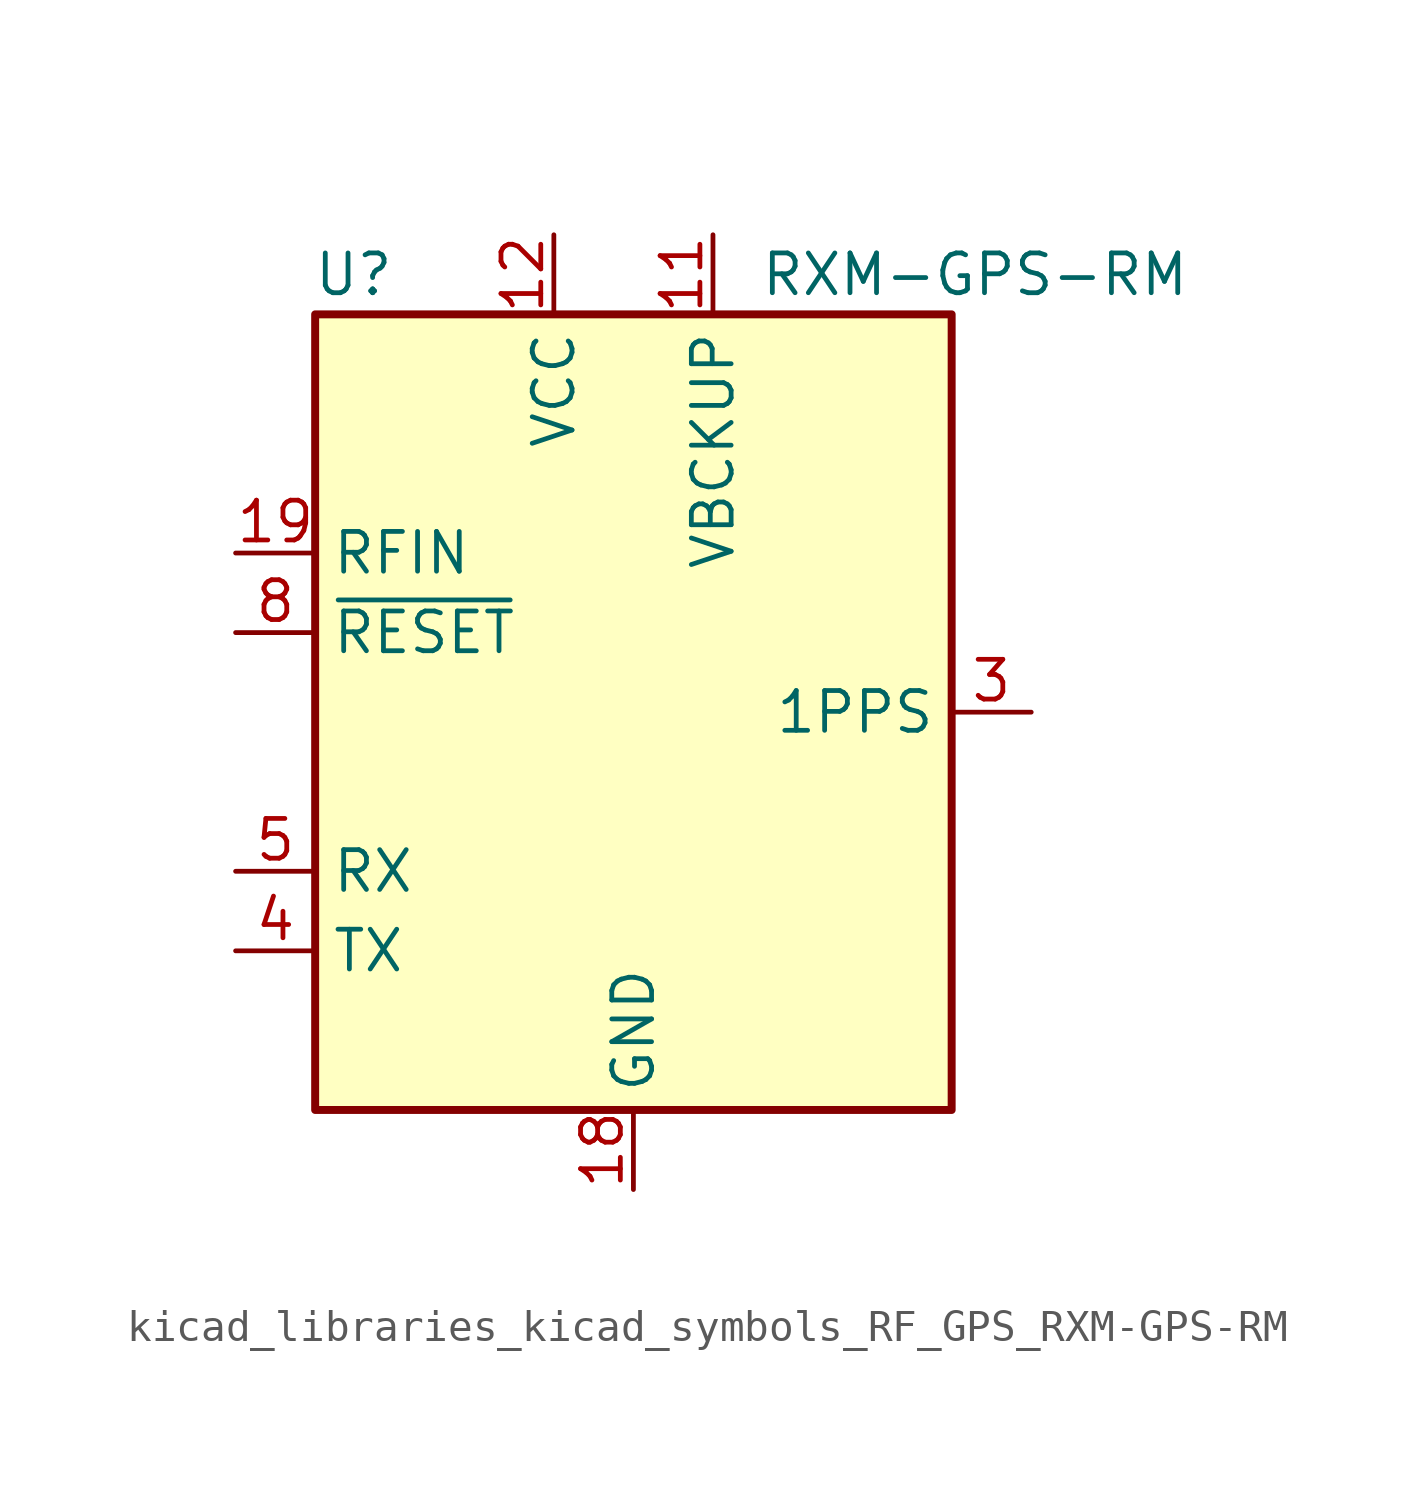
<source format=kicad_sym>
(kicad_symbol_lib
  (version 20220914)
  (generator kicad_symbol_editor)
  (symbol "kicad_libraries_kicad_symbols_RF_GPS_RXM-GPS-RM"
    (property "Reference" "U"
      (at -7.62 13.97 0)
      (effects (font (size 1.27 1.27)) (justify right)))
    (property "Value" "RXM-GPS-RM"
      (at 17.78 13.97 0)
      (effects (font (size 1.27 1.27)) (justify right)))
    (symbol "kicad_libraries_kicad_symbols_RF_GPS_RXM-GPS-RM_0_1"
      (rectangle (start 10.16 -12.7) (end -10.16 12.7) (stroke (width 0.254) (type default)) (fill (type background))))
    (symbol "kicad_libraries_kicad_symbols_RF_GPS_RXM-GPS-RM_1_1"
      (pin no_connect line (at -10.16 10.16 0) (length 2.54) hide (name "NC" (effects (font (size 1.27 1.27)))) (number "1" (effects (font (size 1.27 1.27)))))
      (pin no_connect line (at 10.16 10.16 180) (length 2.54) hide (name "NC" (effects (font (size 1.27 1.27)))) (number "10" (effects (font (size 1.27 1.27)))))
      (pin power_in line (at 2.54 15.24 270) (length 2.54) (name "VBCKUP" (effects (font (size 1.27 1.27)))) (number "11" (effects (font (size 1.27 1.27)))))
      (pin power_in line (at -2.54 15.24 270) (length 2.54) (name "VCC" (effects (font (size 1.27 1.27)))) (number "12" (effects (font (size 1.27 1.27)))))
      (pin no_connect line (at 10.16 7.62 180) (length 2.54) hide (name "NC" (effects (font (size 1.27 1.27)))) (number "13" (effects (font (size 1.27 1.27)))))
      (pin no_connect line (at 10.16 5.08 180) (length 2.54) hide (name "NC" (effects (font (size 1.27 1.27)))) (number "14" (effects (font (size 1.27 1.27)))))
      (pin no_connect line (at 10.16 2.54 180) (length 2.54) hide (name "NC" (effects (font (size 1.27 1.27)))) (number "15" (effects (font (size 1.27 1.27)))))
      (pin no_connect line (at 10.16 -2.54 180) (length 2.54) hide (name "NC" (effects (font (size 1.27 1.27)))) (number "16" (effects (font (size 1.27 1.27)))))
      (pin power_in line (at 0 -15.24 90) (length 2.54) (name "GND" (effects (font (size 1.27 1.27)))) (number "18" (effects (font (size 1.27 1.27)))))
      (pin input line (at -12.7 5.08 0) (length 2.54) (name "RFIN" (effects (font (size 1.27 1.27)))) (number "19" (effects (font (size 1.27 1.27)))))
      (pin no_connect line (at -10.16 7.62 0) (length 2.54) hide (name "NC" (effects (font (size 1.27 1.27)))) (number "2" (effects (font (size 1.27 1.27)))))
      (pin passive line (at 0 -15.24 90) (length 2.54) hide (name "GND" (effects (font (size 1.27 1.27)))) (number "20" (effects (font (size 1.27 1.27)))))
      (pin passive line (at 0 -15.24 90) (length 2.54) hide (name "GND" (effects (font (size 1.27 1.27)))) (number "21" (effects (font (size 1.27 1.27)))))
      (pin passive line (at 0 -15.24 90) (length 2.54) hide (name "GND" (effects (font (size 1.27 1.27)))) (number "22" (effects (font (size 1.27 1.27)))))
      (pin output line (at 12.7 0 180) (length 2.54) (name "1PPS" (effects (font (size 1.27 1.27)))) (number "3" (effects (font (size 1.27 1.27)))))
      (pin output line (at -12.7 -7.62 0) (length 2.54) (name "TX" (effects (font (size 1.27 1.27)))) (number "4" (effects (font (size 1.27 1.27)))))
      (pin input line (at -12.7 -5.08 0) (length 2.54) (name "RX" (effects (font (size 1.27 1.27)))) (number "5" (effects (font (size 1.27 1.27)))))
      (pin no_connect line (at -10.16 0 0) (length 2.54) hide (name "NC" (effects (font (size 1.27 1.27)))) (number "6" (effects (font (size 1.27 1.27)))))
      (pin no_connect line (at -10.16 -2.54 0) (length 2.54) hide (name "NC" (effects (font (size 1.27 1.27)))) (number "7" (effects (font (size 1.27 1.27)))))
      (pin input line (at -12.7 2.54 0) (length 2.54) (name "~{RESET}" (effects (font (size 1.27 1.27)))) (number "8" (effects (font (size 1.27 1.27)))))
      (pin no_connect line (at -10.16 -10.16 0) (length 2.54) hide (name "NC" (effects (font (size 1.27 1.27)))) (number "9" (effects (font (size 1.27 1.27))))))))
</source>
